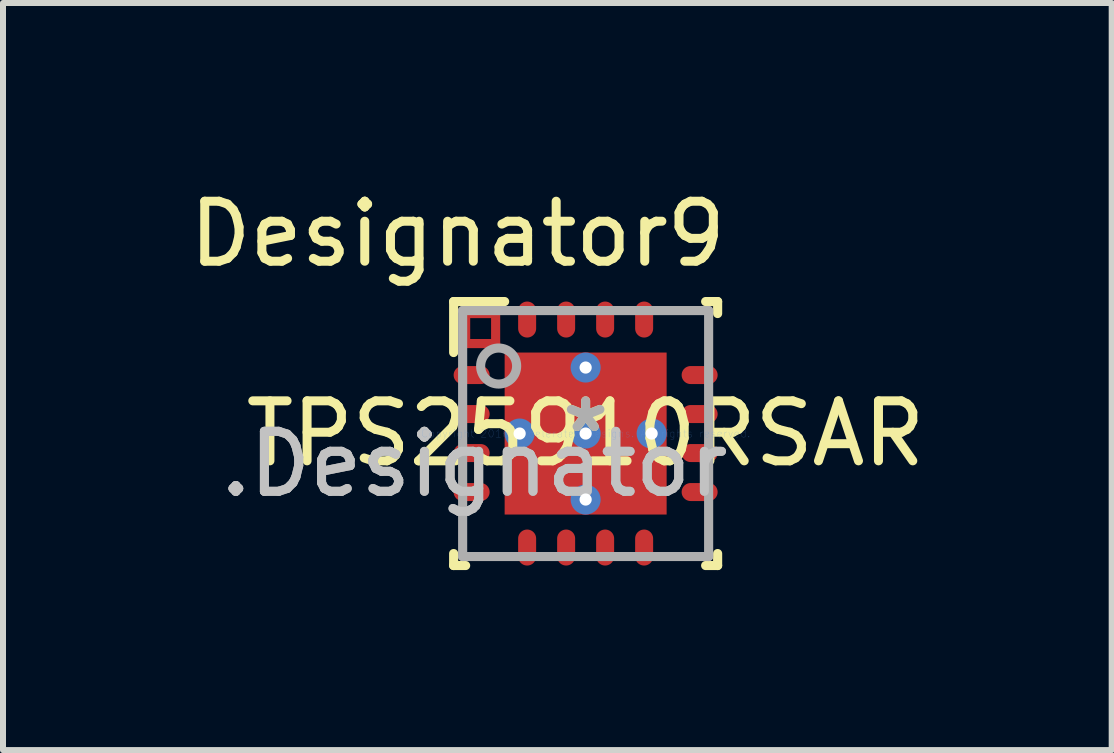
<source format=kicad_pcb>
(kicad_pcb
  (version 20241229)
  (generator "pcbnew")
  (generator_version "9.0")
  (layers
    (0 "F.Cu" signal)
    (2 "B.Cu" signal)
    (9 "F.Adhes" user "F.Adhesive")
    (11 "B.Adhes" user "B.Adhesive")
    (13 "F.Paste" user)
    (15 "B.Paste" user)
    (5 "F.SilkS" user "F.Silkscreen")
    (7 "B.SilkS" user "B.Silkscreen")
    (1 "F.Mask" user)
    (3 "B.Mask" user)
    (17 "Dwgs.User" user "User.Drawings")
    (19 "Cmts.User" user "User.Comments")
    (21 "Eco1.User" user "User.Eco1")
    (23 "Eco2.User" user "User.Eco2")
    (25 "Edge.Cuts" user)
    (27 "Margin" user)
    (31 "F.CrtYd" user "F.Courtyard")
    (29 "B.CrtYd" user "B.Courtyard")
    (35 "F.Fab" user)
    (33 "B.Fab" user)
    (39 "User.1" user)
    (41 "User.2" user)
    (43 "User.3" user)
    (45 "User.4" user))
  (footprint "TPS25910RSAR"
    (layer "F.Cu")
    (at 6.711 4.176)
    (property "Reference" "TPS25910RSAR" (at 0 0 0) (layer "F.SilkS") (effects (font (size 1 1) (thickness 0.15))))
    (attr through_hole)
    (fp_line (start -2 -2) (end -2 -1.5) (stroke (width 0.152) (type solid)) (layer "F.Cu"))
    (fp_line (start -2 -1.5) (end -1.5 -1.5) (stroke (width 0.152) (type solid)) (layer "F.Cu"))
    (fp_line (start -1.5 -2) (end -2 -2) (stroke (width 0.152) (type solid)) (layer "F.Cu"))
    (fp_line (start -1.5 -1.5) (end -1.5 -2) (stroke (width 0.152) (type solid)) (layer "F.Cu"))
    (fp_line (start -2.2 -2.2) (end -1.35 -2.2) (stroke (width 0.152) (type solid)) (layer "F.SilkS"))
    (fp_line (start -2.2 -1.35) (end -2.2 -2.2) (stroke (width 0.152) (type solid)) (layer "F.SilkS"))
    (fp_line (start -2.2 2.2) (end -2.2 2) (stroke (width 0.152) (type solid)) (layer "F.SilkS"))
    (fp_line (start -2.2 2.2) (end -2 2.2) (stroke (width 0.152) (type solid)) (layer "F.SilkS"))
    (fp_line (start 2 -2.2) (end 2.2 -2.2) (stroke (width 0.152) (type solid)) (layer "F.SilkS"))
    (fp_line (start 2 2.2) (end 2.2 2.2) (stroke (width 0.152) (type solid)) (layer "F.SilkS"))
    (fp_line (start 2.2 -2) (end 2.2 -2.2) (stroke (width 0.152) (type solid)) (layer "F.SilkS"))
    (fp_line (start 2.2 2.2) (end 2.2 2) (stroke (width 0.152) (type solid)) (layer "F.SilkS"))
    (fp_line (start -1.288 -1.288) (end -1.288 -0.1) (stroke (width 0.152) (type solid)) (layer "F.Paste"))
    (fp_line (start -1.288 -0.1) (end -0.1 -0.1) (stroke (width 0.152) (type solid)) (layer "F.Paste"))
    (fp_line (start -1.288 0.1) (end -1.288 1.288) (stroke (width 0.152) (type solid)) (layer "F.Paste"))
    (fp_line (start -1.288 1.288) (end -0.1 1.288) (stroke (width 0.152) (type solid)) (layer "F.Paste"))
    (fp_line (start -0.1 -1.288) (end -1.288 -1.288) (stroke (width 0.152) (type solid)) (layer "F.Paste"))
    (fp_line (start -0.1 -0.1) (end -0.1 -1.288) (stroke (width 0.152) (type solid)) (layer "F.Paste"))
    (fp_line (start -0.1 0.1) (end -1.288 0.1) (stroke (width 0.152) (type solid)) (layer "F.Paste"))
    (fp_line (start -0.1 1.288) (end -0.1 0.1) (stroke (width 0.152) (type solid)) (layer "F.Paste"))
    (fp_line (start 0.1 -1.288) (end 0.1 -0.1) (stroke (width 0.152) (type solid)) (layer "F.Paste"))
    (fp_line (start 0.1 -0.1) (end 1.288 -0.1) (stroke (width 0.152) (type solid)) (layer "F.Paste"))
    (fp_line (start 0.1 0.1) (end 0.1 1.288) (stroke (width 0.152) (type solid)) (layer "F.Paste"))
    (fp_line (start 0.1 1.288) (end 1.288 1.288) (stroke (width 0.152) (type solid)) (layer "F.Paste"))
    (fp_line (start 1.288 -1.288) (end 0.1 -1.288) (stroke (width 0.152) (type solid)) (layer "F.Paste"))
    (fp_line (start 1.288 -0.1) (end 1.288 -1.288) (stroke (width 0.152) (type solid)) (layer "F.Paste"))
    (fp_line (start 1.288 0.1) (end 0.1 0.1) (stroke (width 0.152) (type solid)) (layer "F.Paste"))
    (fp_line (start 1.288 1.288) (end 1.288 0.1) (stroke (width 0.152) (type solid)) (layer "F.Paste"))
    (fp_line (start -2.05 -2.05) (end 2.05 -2.05) (stroke (width 0.152) (type solid)) (layer "F.Fab"))
    (fp_line (start -2.05 2.05) (end -2.05 -2.05) (stroke (width 0.152) (type solid)) (layer "F.Fab"))
    (fp_line (start -2.05 2.05) (end 2.05 2.05) (stroke (width 0.152) (type solid)) (layer "F.Fab"))
    (fp_line (start 2.05 2.05) (end 2.05 -2.05) (stroke (width 0.152) (type solid)) (layer "F.Fab"))
    (fp_circle (center -1.45 -1.125) (end -1.15 -1.125) (stroke (width 0.152) (type solid)) (fill no) (layer "F.Fab"))
    (fp_text user "Designator9" (at -2.134 -3.327 0) (layer "F.SilkS") (effects (font (size 1 1) (thickness 0.15))))
    (fp_text user "*" (at 0 0 0) (layer "F.SilkS") (effects (font (size 1 1) (thickness 0.15))))
    (fp_text user ".Designator" (at -1.854 0.508 0) (layer "Dwgs.User") (effects (font (size 1 1) (thickness 0.15))))
    (fp_text user "Copyright 2016 Accelerated Designs. All rights reserved." (at 0 0 0) (layer "Cmts.User") (effects (font (size 0.127 0.127) (thickness 0.002))))
    (fp_text user "*" (at 0 0 0) (layer "F.Fab") (effects (font (size 1 1) (thickness 0.15))))
    (fp_text user ".Designator" (at -1.854 0.508 0) (layer "F.Fab") (effects (font (size 1 1) (thickness 0.15))))
    (pad "1" smd oval (at -1.9 -0.975 90) (size 0.3 0.6) (layers "F.Cu" "F.Mask" "F.Paste"))
    (pad "2" smd oval (at -1.9 -0.325 90) (size 0.3 0.6) (layers "F.Cu" "F.Mask" "F.Paste"))
    (pad "3" smd oval (at -1.9 0.325 90) (size 0.3 0.6) (layers "F.Cu" "F.Mask" "F.Paste"))
    (pad "4" smd oval (at -1.9 0.975 90) (size 0.3 0.6) (layers "F.Cu" "F.Mask" "F.Paste"))
    (pad "5" smd oval (at -0.975 1.9) (size 0.3 0.6) (layers "F.Cu" "F.Mask" "F.Paste"))
    (pad "6" smd oval (at -0.325 1.9) (size 0.3 0.6) (layers "F.Cu" "F.Mask" "F.Paste"))
    (pad "7" smd oval (at 0.325 1.9) (size 0.3 0.6) (layers "F.Cu" "F.Mask" "F.Paste"))
    (pad "8" smd oval (at 0.975 1.9) (size 0.3 0.6) (layers "F.Cu" "F.Mask" "F.Paste"))
    (pad "9" smd oval (at 1.9 0.975 90) (size 0.3 0.6) (layers "F.Cu" "F.Mask" "F.Paste"))
    (pad "10" smd oval (at 1.9 0.325 90) (size 0.3 0.6) (layers "F.Cu" "F.Mask" "F.Paste"))
    (pad "11" smd oval (at 1.9 -0.325 90) (size 0.3 0.6) (layers "F.Cu" "F.Mask" "F.Paste"))
    (pad "12" smd oval (at 1.9 -0.975 90) (size 0.3 0.6) (layers "F.Cu" "F.Mask" "F.Paste"))
    (pad "13" smd oval (at 0.975 -1.9) (size 0.3 0.6) (layers "F.Cu" "F.Mask" "F.Paste"))
    (pad "14" smd oval (at 0.325 -1.9) (size 0.3 0.6) (layers "F.Cu" "F.Mask" "F.Paste"))
    (pad "15" smd oval (at -0.325 -1.9) (size 0.3 0.6) (layers "F.Cu" "F.Mask" "F.Paste"))
    (pad "16" smd oval (at -0.975 -1.9) (size 0.3 0.6) (layers "F.Cu" "F.Mask" "F.Paste"))
    (pad "17" smd rect (at 0 0) (size 2.7 2.7) (layers "F.Cu" "F.Mask" "F.Paste"))
    (pad "V" thru_hole circle (at -1.1 0) (size 0.5 0.5) (drill 0.203) (layers "*.Cu" "*.Mask"))
    (pad "V" thru_hole circle (at 0 -1.1) (size 0.5 0.5) (drill 0.203) (layers "*.Cu" "*.Mask"))
    (pad "V" thru_hole circle (at 0 0) (size 0.5 0.5) (drill 0.203) (layers "*.Cu" "*.Mask"))
    (pad "V" thru_hole circle (at 0 1.1) (size 0.5 0.5) (drill 0.203) (layers "*.Cu" "*.Mask"))
    (pad "V" thru_hole circle (at 1.1 0) (size 0.5 0.5) (drill 0.203) (layers "*.Cu" "*.Mask")))
  (gr_rect
    (start -3 -3)
    (end 15.479 9.452)
    (stroke (width 0.1) (type default))
    (fill no)
    (layer "Edge.Cuts")))
</source>
